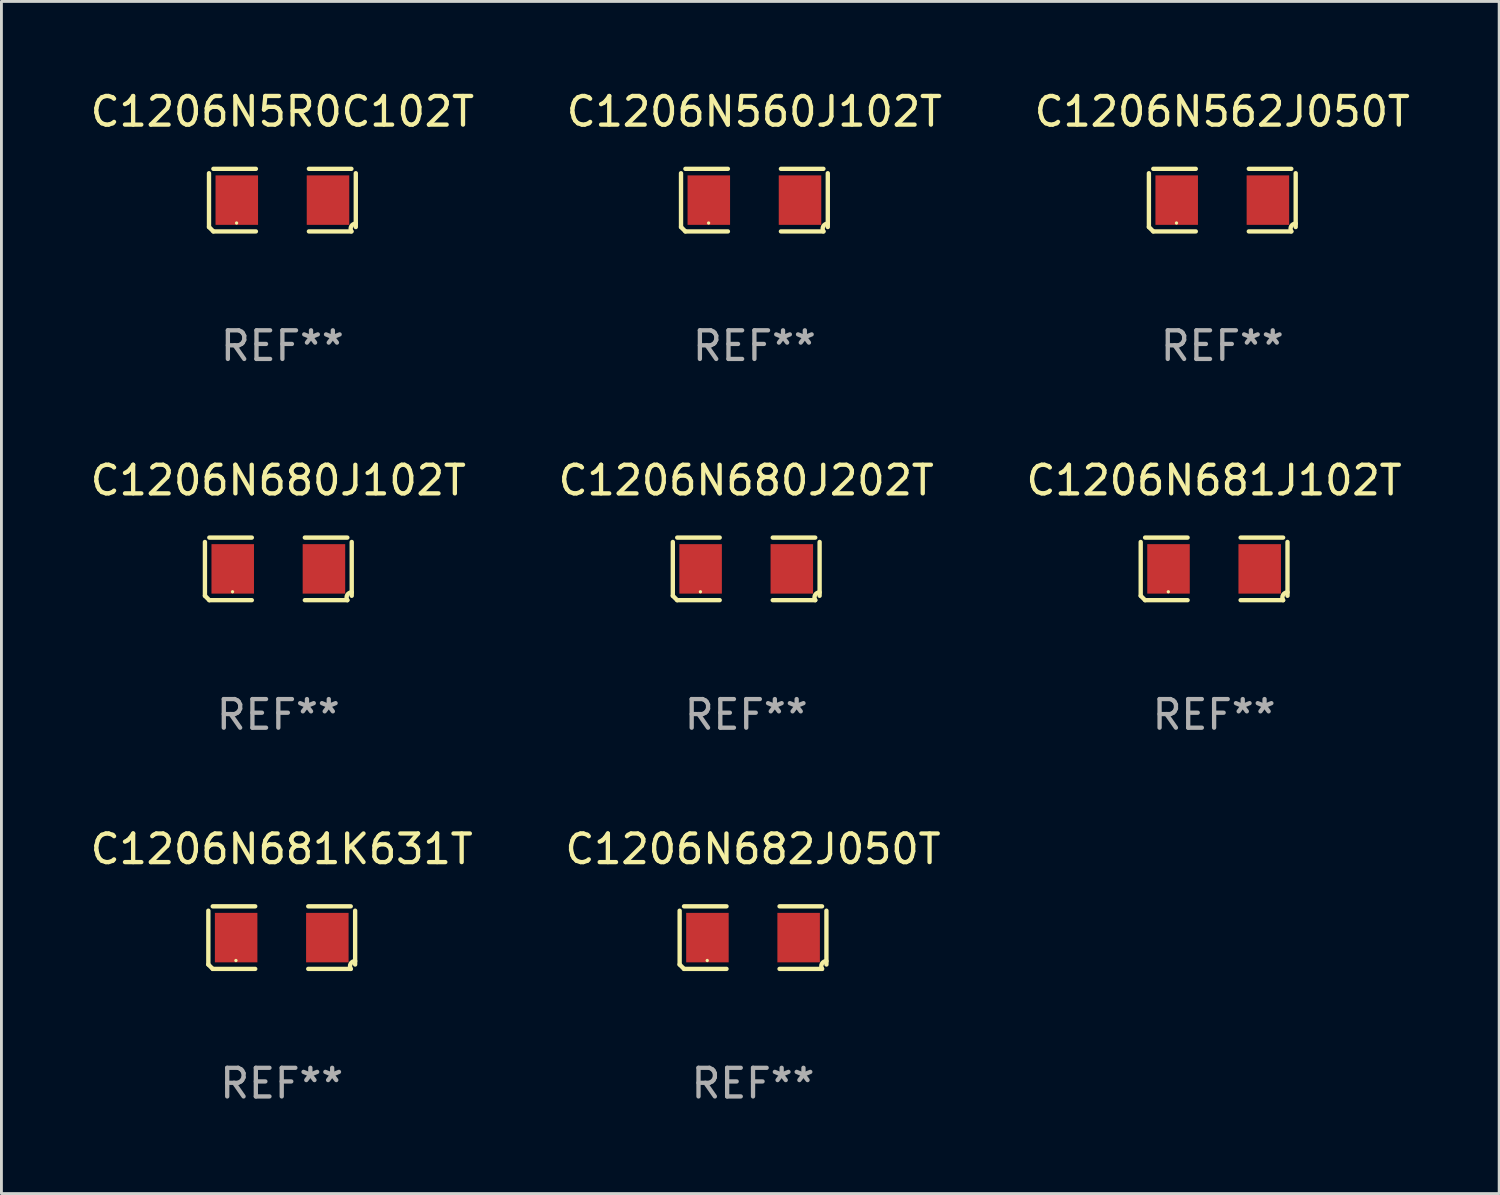
<source format=kicad_pcb>
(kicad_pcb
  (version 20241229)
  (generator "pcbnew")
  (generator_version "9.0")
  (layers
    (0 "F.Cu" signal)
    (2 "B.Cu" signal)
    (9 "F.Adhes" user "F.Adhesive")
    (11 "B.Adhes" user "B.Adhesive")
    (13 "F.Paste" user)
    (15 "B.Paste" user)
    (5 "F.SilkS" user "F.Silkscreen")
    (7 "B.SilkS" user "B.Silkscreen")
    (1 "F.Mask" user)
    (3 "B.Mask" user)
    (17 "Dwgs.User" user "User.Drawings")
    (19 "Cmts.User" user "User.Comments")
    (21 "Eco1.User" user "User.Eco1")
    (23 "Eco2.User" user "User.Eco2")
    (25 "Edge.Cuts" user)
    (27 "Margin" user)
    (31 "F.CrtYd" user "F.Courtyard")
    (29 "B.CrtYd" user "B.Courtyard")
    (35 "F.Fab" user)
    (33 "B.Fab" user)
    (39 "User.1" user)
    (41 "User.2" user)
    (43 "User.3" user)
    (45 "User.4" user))
  (footprint "C1206N560J102T"
    (layer "F.Cu")
    (at 23.304 3.941)
    (property "Reference" "C1206N560J102T" (at 0 -3.093 0) (layer "F.SilkS") (effects (font (size 1 1) (thickness 0.15))))
    (attr through_hole)
    (fp_line (start -2.564 0.94) (end -2.564 -0.94) (stroke (width 0.152) (type solid)) (layer "F.SilkS"))
    (fp_line (start -2.411 -1.093) (end -0.926 -1.093) (stroke (width 0.152) (type solid)) (layer "F.SilkS"))
    (fp_line (start -0.926 1.093) (end -2.411 1.093) (stroke (width 0.152) (type solid)) (layer "F.SilkS"))
    (fp_line (start 0.926 1.093) (end 2.411 1.093) (stroke (width 0.152) (type solid)) (layer "F.SilkS"))
    (fp_line (start 2.411 -1.093) (end 0.926 -1.093) (stroke (width 0.152) (type solid)) (layer "F.SilkS"))
    (fp_line (start 2.564 0.94) (end 2.564 -0.94) (stroke (width 0.152) (type solid)) (layer "F.SilkS"))
    (fp_arc (start -2.411201 1.092609) (mid -2.487413 1.01642) (end -2.563602 0.940208) (stroke (width 0.1524) (type solid)) (layer "F.SilkS"))
    (fp_arc (start 2.411201 1.092609) (mid 2.407159 0.911226) (end 2.563602 0.819347) (stroke (width 0.1524) (type solid)) (layer "F.SilkS"))
    (fp_circle (center -1.6 0.8) (end -1.57 0.8) (stroke (width 0.06) (type solid)) (fill no) (layer "F.SilkS"))
    (fp_text user "REF**" (at 0 5.093 0) (layer "F.Fab") (effects (font (size 1 1) (thickness 0.15))))
    (pad "1" smd rect (at -1.593 0) (size 1.485 1.728) (layers "F.Cu" "F.Mask" "F.Paste"))
    (pad "2" smd rect (at 1.593 0) (size 1.485 1.728) (layers "F.Cu" "F.Mask" "F.Paste")))
  (footprint "C1206N5R0C102T"
    (layer "F.Cu")
    (at 6.815 3.941)
    (property "Reference" "C1206N5R0C102T" (at 0 -3.093 0) (layer "F.SilkS") (effects (font (size 1 1) (thickness 0.15))))
    (attr through_hole)
    (fp_line (start -2.564 0.94) (end -2.564 -0.94) (stroke (width 0.152) (type solid)) (layer "F.SilkS"))
    (fp_line (start -2.411 -1.093) (end -0.926 -1.093) (stroke (width 0.152) (type solid)) (layer "F.SilkS"))
    (fp_line (start -0.926 1.093) (end -2.411 1.093) (stroke (width 0.152) (type solid)) (layer "F.SilkS"))
    (fp_line (start 0.926 1.093) (end 2.411 1.093) (stroke (width 0.152) (type solid)) (layer "F.SilkS"))
    (fp_line (start 2.411 -1.093) (end 0.926 -1.093) (stroke (width 0.152) (type solid)) (layer "F.SilkS"))
    (fp_line (start 2.564 0.94) (end 2.564 -0.94) (stroke (width 0.152) (type solid)) (layer "F.SilkS"))
    (fp_arc (start -2.411201 1.092609) (mid -2.487413 1.01642) (end -2.563602 0.940208) (stroke (width 0.1524) (type solid)) (layer "F.SilkS"))
    (fp_arc (start 2.411201 1.092609) (mid 2.407159 0.911226) (end 2.563602 0.819347) (stroke (width 0.1524) (type solid)) (layer "F.SilkS"))
    (fp_circle (center -1.6 0.8) (end -1.57 0.8) (stroke (width 0.06) (type solid)) (fill no) (layer "F.SilkS"))
    (fp_text user "REF**" (at 0 5.093 0) (layer "F.Fab") (effects (font (size 1 1) (thickness 0.15))))
    (pad "1" smd rect (at -1.593 0) (size 1.485 1.728) (layers "F.Cu" "F.Mask" "F.Paste"))
    (pad "2" smd rect (at 1.593 0) (size 1.485 1.728) (layers "F.Cu" "F.Mask" "F.Paste")))
  (footprint "C1206N562J050T"
    (layer "F.Cu")
    (at 39.649 3.941)
    (property "Reference" "C1206N562J050T" (at 0 -3.093 0) (layer "F.SilkS") (effects (font (size 1 1) (thickness 0.15))))
    (attr through_hole)
    (fp_line (start -2.564 0.94) (end -2.564 -0.94) (stroke (width 0.152) (type solid)) (layer "F.SilkS"))
    (fp_line (start -2.411 -1.093) (end -0.926 -1.093) (stroke (width 0.152) (type solid)) (layer "F.SilkS"))
    (fp_line (start -0.926 1.093) (end -2.411 1.093) (stroke (width 0.152) (type solid)) (layer "F.SilkS"))
    (fp_line (start 0.926 1.093) (end 2.411 1.093) (stroke (width 0.152) (type solid)) (layer "F.SilkS"))
    (fp_line (start 2.411 -1.093) (end 0.926 -1.093) (stroke (width 0.152) (type solid)) (layer "F.SilkS"))
    (fp_line (start 2.564 0.94) (end 2.564 -0.94) (stroke (width 0.152) (type solid)) (layer "F.SilkS"))
    (fp_arc (start -2.411201 1.092609) (mid -2.487413 1.01642) (end -2.563602 0.940208) (stroke (width 0.1524) (type solid)) (layer "F.SilkS"))
    (fp_arc (start 2.411201 1.092609) (mid 2.407159 0.911226) (end 2.563602 0.819347) (stroke (width 0.1524) (type solid)) (layer "F.SilkS"))
    (fp_circle (center -1.6 0.8) (end -1.57 0.8) (stroke (width 0.06) (type solid)) (fill no) (layer "F.SilkS"))
    (fp_text user "REF**" (at 0 5.093 0) (layer "F.Fab") (effects (font (size 1 1) (thickness 0.15))))
    (pad "1" smd rect (at -1.593 0) (size 1.485 1.728) (layers "F.Cu" "F.Mask" "F.Paste"))
    (pad "2" smd rect (at 1.593 0) (size 1.485 1.728) (layers "F.Cu" "F.Mask" "F.Paste")))
  (footprint "C1206N681J102T"
    (layer "F.Cu")
    (at 39.363 16.823)
    (property "Reference" "C1206N681J102T" (at 0 -3.093 0) (layer "F.SilkS") (effects (font (size 1 1) (thickness 0.15))))
    (attr through_hole)
    (fp_line (start -2.564 0.94) (end -2.564 -0.94) (stroke (width 0.152) (type solid)) (layer "F.SilkS"))
    (fp_line (start -2.411 -1.093) (end -0.926 -1.093) (stroke (width 0.152) (type solid)) (layer "F.SilkS"))
    (fp_line (start -0.926 1.093) (end -2.411 1.093) (stroke (width 0.152) (type solid)) (layer "F.SilkS"))
    (fp_line (start 0.926 1.093) (end 2.411 1.093) (stroke (width 0.152) (type solid)) (layer "F.SilkS"))
    (fp_line (start 2.411 -1.093) (end 0.926 -1.093) (stroke (width 0.152) (type solid)) (layer "F.SilkS"))
    (fp_line (start 2.564 0.94) (end 2.564 -0.94) (stroke (width 0.152) (type solid)) (layer "F.SilkS"))
    (fp_arc (start -2.411201 1.092609) (mid -2.487413 1.01642) (end -2.563602 0.940208) (stroke (width 0.1524) (type solid)) (layer "F.SilkS"))
    (fp_arc (start 2.411201 1.092609) (mid 2.407159 0.911226) (end 2.563602 0.819347) (stroke (width 0.1524) (type solid)) (layer "F.SilkS"))
    (fp_circle (center -1.6 0.8) (end -1.57 0.8) (stroke (width 0.06) (type solid)) (fill no) (layer "F.SilkS"))
    (fp_text user "REF**" (at 0 5.093 0) (layer "F.Fab") (effects (font (size 1 1) (thickness 0.15))))
    (pad "1" smd rect (at -1.593 0) (size 1.485 1.728) (layers "F.Cu" "F.Mask" "F.Paste"))
    (pad "2" smd rect (at 1.593 0) (size 1.485 1.728) (layers "F.Cu" "F.Mask" "F.Paste")))
  (footprint "C1206N681K631T"
    (layer "F.Cu")
    (at 6.792 29.704)
    (property "Reference" "C1206N681K631T" (at 0 -3.093 0) (layer "F.SilkS") (effects (font (size 1 1) (thickness 0.15))))
    (attr through_hole)
    (fp_line (start -2.564 0.94) (end -2.564 -0.94) (stroke (width 0.152) (type solid)) (layer "F.SilkS"))
    (fp_line (start -2.411 -1.093) (end -0.926 -1.093) (stroke (width 0.152) (type solid)) (layer "F.SilkS"))
    (fp_line (start -0.926 1.093) (end -2.411 1.093) (stroke (width 0.152) (type solid)) (layer "F.SilkS"))
    (fp_line (start 0.926 1.093) (end 2.411 1.093) (stroke (width 0.152) (type solid)) (layer "F.SilkS"))
    (fp_line (start 2.411 -1.093) (end 0.926 -1.093) (stroke (width 0.152) (type solid)) (layer "F.SilkS"))
    (fp_line (start 2.564 0.94) (end 2.564 -0.94) (stroke (width 0.152) (type solid)) (layer "F.SilkS"))
    (fp_arc (start -2.411201 1.092609) (mid -2.487413 1.01642) (end -2.563602 0.940208) (stroke (width 0.1524) (type solid)) (layer "F.SilkS"))
    (fp_arc (start 2.411201 1.092609) (mid 2.407159 0.911226) (end 2.563602 0.819347) (stroke (width 0.1524) (type solid)) (layer "F.SilkS"))
    (fp_circle (center -1.6 0.8) (end -1.57 0.8) (stroke (width 0.06) (type solid)) (fill no) (layer "F.SilkS"))
    (fp_text user "REF**" (at 0 5.093 0) (layer "F.Fab") (effects (font (size 1 1) (thickness 0.15))))
    (pad "1" smd rect (at -1.593 0) (size 1.485 1.728) (layers "F.Cu" "F.Mask" "F.Paste"))
    (pad "2" smd rect (at 1.593 0) (size 1.485 1.728) (layers "F.Cu" "F.Mask" "F.Paste")))
  (footprint "C1206N680J102T"
    (layer "F.Cu")
    (at 6.673 16.823)
    (property "Reference" "C1206N680J102T" (at 0 -3.093 0) (layer "F.SilkS") (effects (font (size 1 1) (thickness 0.15))))
    (attr through_hole)
    (fp_line (start -2.564 0.94) (end -2.564 -0.94) (stroke (width 0.152) (type solid)) (layer "F.SilkS"))
    (fp_line (start -2.411 -1.093) (end -0.926 -1.093) (stroke (width 0.152) (type solid)) (layer "F.SilkS"))
    (fp_line (start -0.926 1.093) (end -2.411 1.093) (stroke (width 0.152) (type solid)) (layer "F.SilkS"))
    (fp_line (start 0.926 1.093) (end 2.411 1.093) (stroke (width 0.152) (type solid)) (layer "F.SilkS"))
    (fp_line (start 2.411 -1.093) (end 0.926 -1.093) (stroke (width 0.152) (type solid)) (layer "F.SilkS"))
    (fp_line (start 2.564 0.94) (end 2.564 -0.94) (stroke (width 0.152) (type solid)) (layer "F.SilkS"))
    (fp_arc (start -2.411201 1.092609) (mid -2.487413 1.01642) (end -2.563602 0.940208) (stroke (width 0.1524) (type solid)) (layer "F.SilkS"))
    (fp_arc (start 2.411201 1.092609) (mid 2.407159 0.911226) (end 2.563602 0.819347) (stroke (width 0.1524) (type solid)) (layer "F.SilkS"))
    (fp_circle (center -1.6 0.8) (end -1.57 0.8) (stroke (width 0.06) (type solid)) (fill no) (layer "F.SilkS"))
    (fp_text user "REF**" (at 0 5.093 0) (layer "F.Fab") (effects (font (size 1 1) (thickness 0.15))))
    (pad "1" smd rect (at -1.593 0) (size 1.485 1.728) (layers "F.Cu" "F.Mask" "F.Paste"))
    (pad "2" smd rect (at 1.593 0) (size 1.485 1.728) (layers "F.Cu" "F.Mask" "F.Paste")))
  (footprint "C1206N682J050T"
    (layer "F.Cu")
    (at 23.256 29.704)
    (property "Reference" "C1206N682J050T" (at 0 -3.093 0) (layer "F.SilkS") (effects (font (size 1 1) (thickness 0.15))))
    (attr through_hole)
    (fp_line (start -2.564 0.94) (end -2.564 -0.94) (stroke (width 0.152) (type solid)) (layer "F.SilkS"))
    (fp_line (start -2.411 -1.093) (end -0.926 -1.093) (stroke (width 0.152) (type solid)) (layer "F.SilkS"))
    (fp_line (start -0.926 1.093) (end -2.411 1.093) (stroke (width 0.152) (type solid)) (layer "F.SilkS"))
    (fp_line (start 0.926 1.093) (end 2.411 1.093) (stroke (width 0.152) (type solid)) (layer "F.SilkS"))
    (fp_line (start 2.411 -1.093) (end 0.926 -1.093) (stroke (width 0.152) (type solid)) (layer "F.SilkS"))
    (fp_line (start 2.564 0.94) (end 2.564 -0.94) (stroke (width 0.152) (type solid)) (layer "F.SilkS"))
    (fp_arc (start -2.411201 1.092609) (mid -2.487413 1.01642) (end -2.563602 0.940208) (stroke (width 0.1524) (type solid)) (layer "F.SilkS"))
    (fp_arc (start 2.411201 1.092609) (mid 2.407159 0.911226) (end 2.563602 0.819347) (stroke (width 0.1524) (type solid)) (layer "F.SilkS"))
    (fp_circle (center -1.6 0.8) (end -1.57 0.8) (stroke (width 0.06) (type solid)) (fill no) (layer "F.SilkS"))
    (fp_text user "REF**" (at 0 5.093 0) (layer "F.Fab") (effects (font (size 1 1) (thickness 0.15))))
    (pad "1" smd rect (at -1.593 0) (size 1.485 1.728) (layers "F.Cu" "F.Mask" "F.Paste"))
    (pad "2" smd rect (at 1.593 0) (size 1.485 1.728) (layers "F.Cu" "F.Mask" "F.Paste")))
  (footprint "C1206N680J202T"
    (layer "F.Cu")
    (at 23.018 16.823)
    (property "Reference" "C1206N680J202T" (at 0 -3.093 0) (layer "F.SilkS") (effects (font (size 1 1) (thickness 0.15))))
    (attr through_hole)
    (fp_line (start -2.564 0.94) (end -2.564 -0.94) (stroke (width 0.152) (type solid)) (layer "F.SilkS"))
    (fp_line (start -2.411 -1.093) (end -0.926 -1.093) (stroke (width 0.152) (type solid)) (layer "F.SilkS"))
    (fp_line (start -0.926 1.093) (end -2.411 1.093) (stroke (width 0.152) (type solid)) (layer "F.SilkS"))
    (fp_line (start 0.926 1.093) (end 2.411 1.093) (stroke (width 0.152) (type solid)) (layer "F.SilkS"))
    (fp_line (start 2.411 -1.093) (end 0.926 -1.093) (stroke (width 0.152) (type solid)) (layer "F.SilkS"))
    (fp_line (start 2.564 0.94) (end 2.564 -0.94) (stroke (width 0.152) (type solid)) (layer "F.SilkS"))
    (fp_arc (start -2.411201 1.092609) (mid -2.487413 1.01642) (end -2.563602 0.940208) (stroke (width 0.1524) (type solid)) (layer "F.SilkS"))
    (fp_arc (start 2.411201 1.092609) (mid 2.407159 0.911226) (end 2.563602 0.819347) (stroke (width 0.1524) (type solid)) (layer "F.SilkS"))
    (fp_circle (center -1.6 0.8) (end -1.57 0.8) (stroke (width 0.06) (type solid)) (fill no) (layer "F.SilkS"))
    (fp_text user "REF**" (at 0 5.093 0) (layer "F.Fab") (effects (font (size 1 1) (thickness 0.15))))
    (pad "1" smd rect (at -1.593 0) (size 1.485 1.728) (layers "F.Cu" "F.Mask" "F.Paste"))
    (pad "2" smd rect (at 1.593 0) (size 1.485 1.728) (layers "F.Cu" "F.Mask" "F.Paste")))
  (gr_rect
    (start -3 -3)
    (end 49.321 38.645)
    (stroke (width 0.1) (type default))
    (fill no)
    (layer "Edge.Cuts")))
</source>
